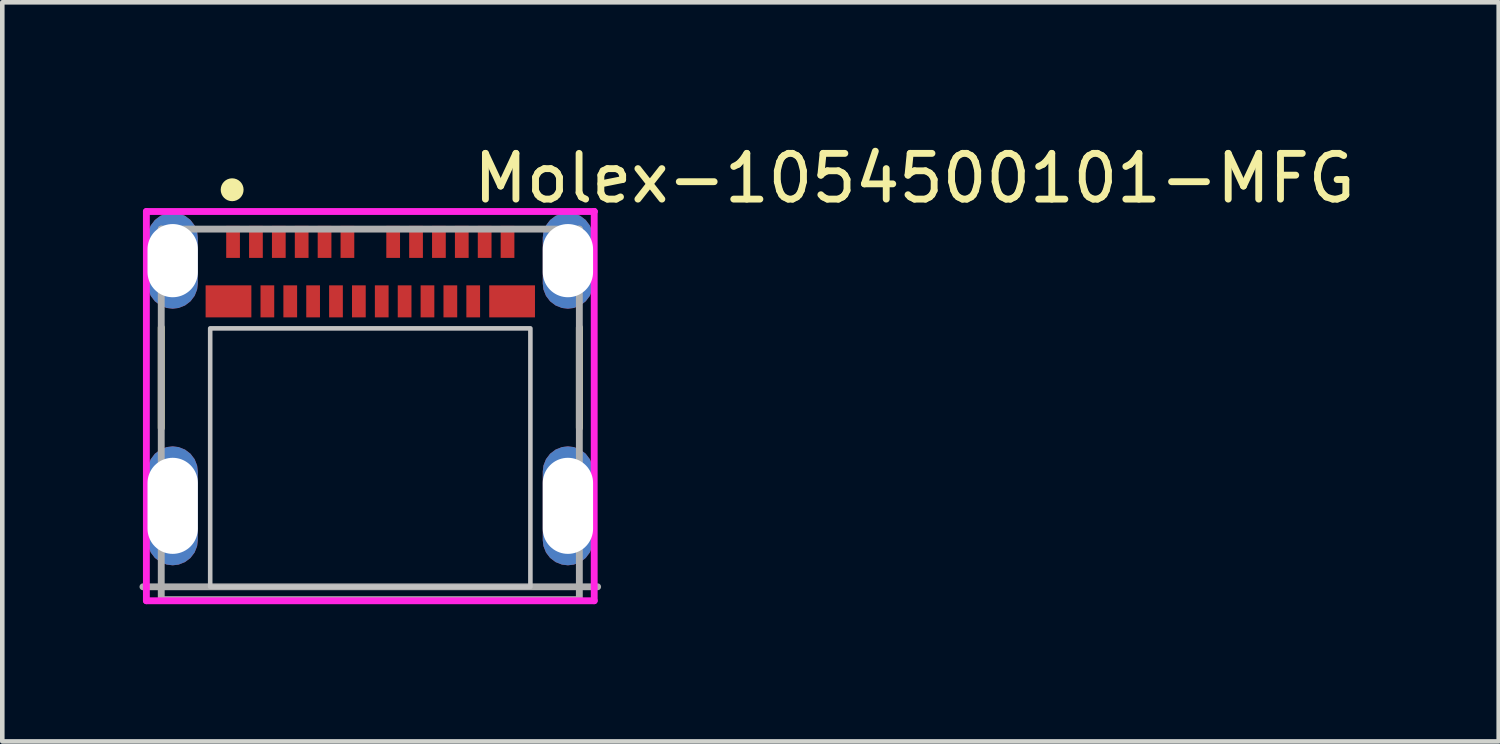
<source format=kicad_pcb>
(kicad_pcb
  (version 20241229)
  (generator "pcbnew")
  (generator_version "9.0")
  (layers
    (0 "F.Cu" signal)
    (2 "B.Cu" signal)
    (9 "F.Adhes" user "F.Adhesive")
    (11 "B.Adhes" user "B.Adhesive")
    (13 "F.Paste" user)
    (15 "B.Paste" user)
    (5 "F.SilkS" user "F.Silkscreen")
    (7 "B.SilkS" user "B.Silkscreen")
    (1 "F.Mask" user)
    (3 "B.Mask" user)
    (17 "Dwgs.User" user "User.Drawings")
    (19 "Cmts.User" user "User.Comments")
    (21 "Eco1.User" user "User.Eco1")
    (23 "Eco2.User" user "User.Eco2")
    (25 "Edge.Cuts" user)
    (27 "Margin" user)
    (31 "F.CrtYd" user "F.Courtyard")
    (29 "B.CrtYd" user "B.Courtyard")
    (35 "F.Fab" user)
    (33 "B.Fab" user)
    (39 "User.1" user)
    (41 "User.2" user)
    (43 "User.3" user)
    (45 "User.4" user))
  (footprint "Molex-1054500101-MFG"
    (layer "F.Cu")
    (at 5.045 6.008)
    (property "Reference" "Molex-1054500101-MFG" (at 2.18 -5.16 0) (layer "F.SilkS") (effects (font (size 1 1) (thickness 0.15)) (justify left)))
    (attr through_hole)
    (fp_line (start -4.57 -1.9) (end -4.57 0.3) (stroke (width 0.15) (type solid)) (layer "F.SilkS"))
    (fp_line (start 4.57 -1.9) (end 4.57 0.3) (stroke (width 0.15) (type solid)) (layer "F.SilkS"))
    (fp_circle (center -3.02 -4.91) (end -2.895 -4.91) (stroke (width 0.25) (type solid)) (fill no) (layer "F.SilkS"))
    (fp_poly (pts (xy -3.5 -1.88) (xy 3.5 -1.88) (xy 3.5 3.77) (xy -3.5 3.77)) (stroke (width 0.1) (type solid)) (fill no) (layer "Dwgs.User"))
    (fp_line (start -4.895 -4.435) (end -4.895 4.075) (stroke (width 0.15) (type solid)) (layer "F.CrtYd"))
    (fp_line (start -4.895 4.075) (end 4.895 4.075) (stroke (width 0.15) (type solid)) (layer "F.CrtYd"))
    (fp_line (start 4.895 -4.435) (end -4.895 -4.435) (stroke (width 0.15) (type solid)) (layer "F.CrtYd"))
    (fp_line (start 4.895 -4.435) (end 4.895 -4.435) (stroke (width 0.15) (type solid)) (layer "F.CrtYd"))
    (fp_line (start 4.895 4.075) (end 4.895 -4.435) (stroke (width 0.15) (type solid)) (layer "F.CrtYd"))
    (fp_line (start -4.97 3.77) (end 4.97 3.77) (stroke (width 0.15) (type solid)) (layer "F.Fab"))
    (fp_line (start -4.57 -4.05) (end 4.57 -4.05) (stroke (width 0.15) (type solid)) (layer "F.Fab"))
    (fp_line (start -4.57 4.05) (end -4.57 -4.05) (stroke (width 0.15) (type solid)) (layer "F.Fab"))
    (fp_line (start 4.57 -4.05) (end 4.57 4.05) (stroke (width 0.15) (type solid)) (layer "F.Fab"))
    (fp_line (start 4.57 4.05) (end -4.57 4.05) (stroke (width 0.15) (type solid)) (layer "F.Fab"))
    (pad "1" thru_hole roundrect (at -4.32 -3.36) (size 1.1 2.1) (drill oval 1.6) (layers "*.Cu") (roundrect_rratio 0.5))
    (pad "2" thru_hole roundrect (at 4.32 -3.36) (size 1.1 2.1) (drill oval 1.6) (layers "*.Cu") (roundrect_rratio 0.5))
    (pad "3" thru_hole roundrect (at -4.32 2) (size 1.1 2.6) (drill oval 2.1) (layers "*.Cu") (roundrect_rratio 0.5))
    (pad "4" thru_hole roundrect (at 4.32 2) (size 1.1 2.6) (drill oval 2.1) (layers "*.Cu") (roundrect_rratio 0.5))
    (pad "A1" smd rect (at -3 -3.77) (size 0.3 0.7) (layers "F.Cu" "F.Mask" "F.Paste"))
    (pad "A2" smd rect (at -2.5 -3.77) (size 0.3 0.7) (layers "F.Cu" "F.Mask" "F.Paste"))
    (pad "A3" smd rect (at -2 -3.77) (size 0.3 0.7) (layers "F.Cu" "F.Mask" "F.Paste"))
    (pad "A4" smd rect (at -1.5 -3.77) (size 0.3 0.7) (layers "F.Cu" "F.Mask" "F.Paste"))
    (pad "A5" smd rect (at -1 -3.77) (size 0.3 0.7) (layers "F.Cu" "F.Mask" "F.Paste"))
    (pad "A6" smd rect (at -0.5 -3.77) (size 0.3 0.7) (layers "F.Cu" "F.Mask" "F.Paste"))
    (pad "A7" smd rect (at 0.5 -3.77) (size 0.3 0.7) (layers "F.Cu" "F.Mask" "F.Paste"))
    (pad "A8" smd rect (at 1 -3.77) (size 0.3 0.7) (layers "F.Cu" "F.Mask" "F.Paste"))
    (pad "A9" smd rect (at 1.5 -3.77) (size 0.3 0.7) (layers "F.Cu" "F.Mask" "F.Paste"))
    (pad "A10" smd rect (at 2 -3.77) (size 0.3 0.7) (layers "F.Cu" "F.Mask" "F.Paste"))
    (pad "A11" smd rect (at 2.5 -3.77) (size 0.3 0.7) (layers "F.Cu" "F.Mask" "F.Paste"))
    (pad "A12" smd rect (at 3 -3.77) (size 0.3 0.7) (layers "F.Cu" "F.Mask" "F.Paste"))
    (pad "B1" smd rect (at 3.1 -2.47) (size 1 0.7) (layers "F.Cu" "F.Mask" "F.Paste"))
    (pad "B2" smd rect (at 2.25 -2.47) (size 0.3 0.7) (layers "F.Cu" "F.Mask" "F.Paste"))
    (pad "B3" smd rect (at 1.75 -2.47) (size 0.3 0.7) (layers "F.Cu" "F.Mask" "F.Paste"))
    (pad "B4" smd rect (at 1.25 -2.47) (size 0.3 0.7) (layers "F.Cu" "F.Mask" "F.Paste"))
    (pad "B5" smd rect (at 0.75 -2.47) (size 0.3 0.7) (layers "F.Cu" "F.Mask" "F.Paste"))
    (pad "B6" smd rect (at 0.25 -2.47) (size 0.3 0.7) (layers "F.Cu" "F.Mask" "F.Paste"))
    (pad "B7" smd rect (at -0.25 -2.47) (size 0.3 0.7) (layers "F.Cu" "F.Mask" "F.Paste"))
    (pad "B8" smd rect (at -0.75 -2.47) (size 0.3 0.7) (layers "F.Cu" "F.Mask" "F.Paste"))
    (pad "B9" smd rect (at -1.25 -2.47) (size 0.3 0.7) (layers "F.Cu" "F.Mask" "F.Paste"))
    (pad "B10" smd rect (at -1.75 -2.47) (size 0.3 0.7) (layers "F.Cu" "F.Mask" "F.Paste"))
    (pad "B11" smd rect (at -2.25 -2.47) (size 0.3 0.7) (layers "F.Cu" "F.Mask" "F.Paste"))
    (pad "B12" smd rect (at -3.1 -2.47) (size 1 0.7) (layers "F.Cu" "F.Mask" "F.Paste")))
  (gr_rect
    (start -3 -3)
    (end 29.713 13.158)
    (stroke (width 0.1) (type default))
    (fill no)
    (layer "Edge.Cuts")))
</source>
